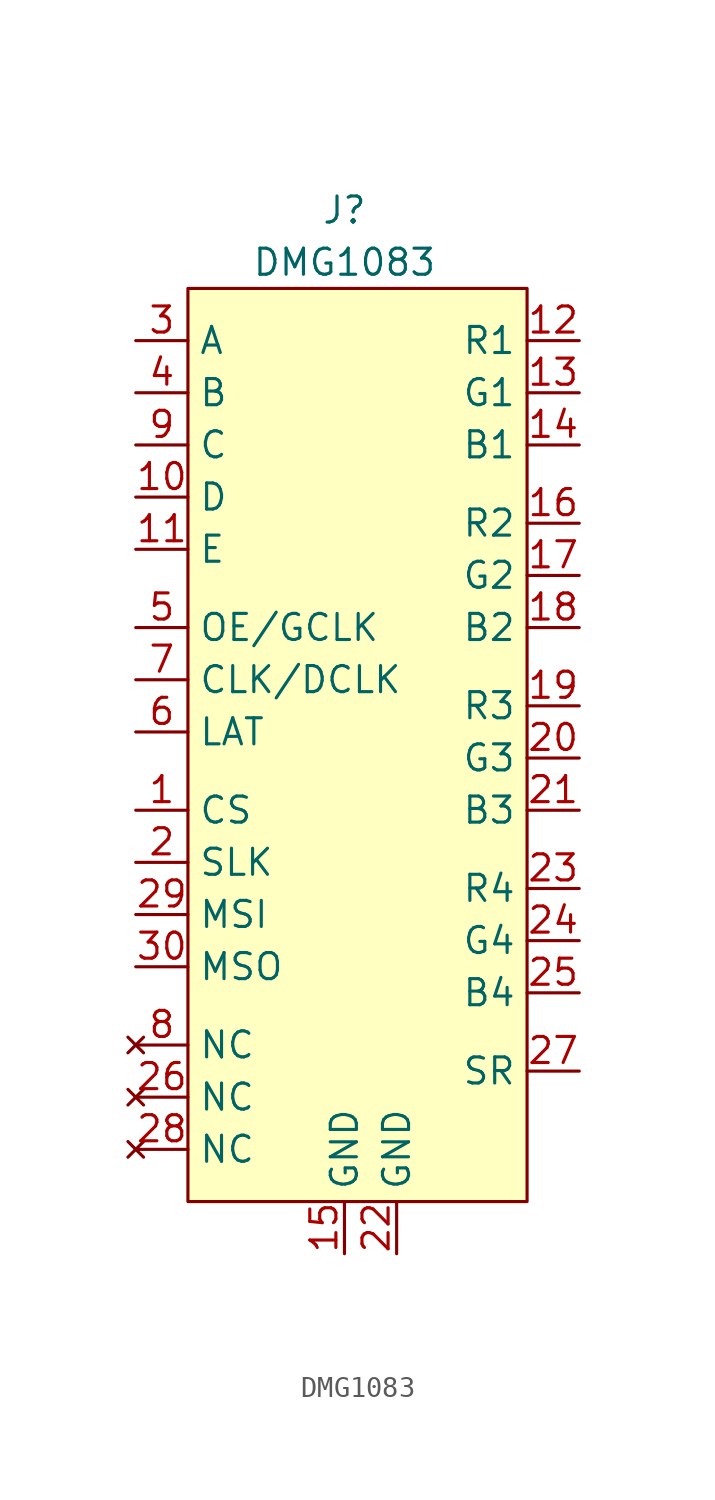
<source format=kicad_sym>
(kicad_symbol_lib
  (version 20220914)
  (generator kicad_symbol_editor)
  (symbol "DMG1083"
    (property "Reference" "J"
      (at -1.27 22.86 0)
      (effects (font (size 1.27 1.27))))
    (property "Value" "DMG1083"
      (at -1.27 20.32 0)
      (effects (font (size 1.27 1.27))))
    (symbol "DMG1083_1_1"
      (rectangle (start -8.89 19.05) (end 7.62 -25.4) (stroke (width 0) (type default)) (fill (type background)))
      (pin input line (at -11.43 -6.35 0) (length 2.54) (name "CS" (effects (font (size 1.27 1.27)))) (number "1" (effects (font (size 1.27 1.27)))))
      (pin input line (at -11.43 8.89 0) (length 2.54) (name "D" (effects (font (size 1.27 1.27)))) (number "10" (effects (font (size 1.27 1.27)))))
      (pin input line (at -11.43 6.35 0) (length 2.54) (name "E" (effects (font (size 1.27 1.27)))) (number "11" (effects (font (size 1.27 1.27)))))
      (pin input line (at 10.16 16.51 180) (length 2.54) (name "R1" (effects (font (size 1.27 1.27)))) (number "12" (effects (font (size 1.27 1.27)))))
      (pin input line (at 10.16 13.97 180) (length 2.54) (name "G1" (effects (font (size 1.27 1.27)))) (number "13" (effects (font (size 1.27 1.27)))))
      (pin input line (at 10.16 11.43 180) (length 2.54) (name "B1" (effects (font (size 1.27 1.27)))) (number "14" (effects (font (size 1.27 1.27)))))
      (pin power_in line (at -1.27 -27.94 90) (length 2.54) (name "GND" (effects (font (size 1.27 1.27)))) (number "15" (effects (font (size 1.27 1.27)))))
      (pin input line (at 10.16 7.62 180) (length 2.54) (name "R2" (effects (font (size 1.27 1.27)))) (number "16" (effects (font (size 1.27 1.27)))))
      (pin input line (at 10.16 5.08 180) (length 2.54) (name "G2" (effects (font (size 1.27 1.27)))) (number "17" (effects (font (size 1.27 1.27)))))
      (pin input line (at 10.16 2.54 180) (length 2.54) (name "B2" (effects (font (size 1.27 1.27)))) (number "18" (effects (font (size 1.27 1.27)))))
      (pin input line (at 10.16 -1.27 180) (length 2.54) (name "R3" (effects (font (size 1.27 1.27)))) (number "19" (effects (font (size 1.27 1.27)))))
      (pin input line (at -11.43 -8.89 0) (length 2.54) (name "SLK" (effects (font (size 1.27 1.27)))) (number "2" (effects (font (size 1.27 1.27)))))
      (pin input line (at 10.16 -3.81 180) (length 2.54) (name "G3" (effects (font (size 1.27 1.27)))) (number "20" (effects (font (size 1.27 1.27)))))
      (pin input line (at 10.16 -6.35 180) (length 2.54) (name "B3" (effects (font (size 1.27 1.27)))) (number "21" (effects (font (size 1.27 1.27)))))
      (pin power_in line (at 1.27 -27.94 90) (length 2.54) (name "GND" (effects (font (size 1.27 1.27)))) (number "22" (effects (font (size 1.27 1.27)))))
      (pin input line (at 10.16 -10.16 180) (length 2.54) (name "R4" (effects (font (size 1.27 1.27)))) (number "23" (effects (font (size 1.27 1.27)))))
      (pin input line (at 10.16 -12.7 180) (length 2.54) (name "G4" (effects (font (size 1.27 1.27)))) (number "24" (effects (font (size 1.27 1.27)))))
      (pin input line (at 10.16 -15.24 180) (length 2.54) (name "B4" (effects (font (size 1.27 1.27)))) (number "25" (effects (font (size 1.27 1.27)))))
      (pin no_connect line (at -11.43 -20.32 0) (length 2.54) (name "NC" (effects (font (size 1.27 1.27)))) (number "26" (effects (font (size 1.27 1.27)))))
      (pin input line (at 10.16 -19.05 180) (length 2.54) (name "SR" (effects (font (size 1.27 1.27)))) (number "27" (effects (font (size 1.27 1.27)))))
      (pin no_connect line (at -11.43 -22.86 0) (length 2.54) (name "NC" (effects (font (size 1.27 1.27)))) (number "28" (effects (font (size 1.27 1.27)))))
      (pin input line (at -11.43 -11.43 0) (length 2.54) (name "MSI" (effects (font (size 1.27 1.27)))) (number "29" (effects (font (size 1.27 1.27)))))
      (pin input line (at -11.43 16.51 0) (length 2.54) (name "A" (effects (font (size 1.27 1.27)))) (number "3" (effects (font (size 1.27 1.27)))))
      (pin output line (at -11.43 -13.97 0) (length 2.54) (name "MSO" (effects (font (size 1.27 1.27)))) (number "30" (effects (font (size 1.27 1.27)))))
      (pin input line (at -11.43 13.97 0) (length 2.54) (name "B" (effects (font (size 1.27 1.27)))) (number "4" (effects (font (size 1.27 1.27)))))
      (pin input line (at -11.43 2.54 0) (length 2.54) (name "OE/GCLK" (effects (font (size 1.27 1.27)))) (number "5" (effects (font (size 1.27 1.27)))))
      (pin input line (at -11.43 -2.54 0) (length 2.54) (name "LAT" (effects (font (size 1.27 1.27)))) (number "6" (effects (font (size 1.27 1.27)))))
      (pin input line (at -11.43 0 0) (length 2.54) (name "CLK/DCLK" (effects (font (size 1.27 1.27)))) (number "7" (effects (font (size 1.27 1.27)))))
      (pin no_connect line (at -11.43 -17.78 0) (length 2.54) (name "NC" (effects (font (size 1.27 1.27)))) (number "8" (effects (font (size 1.27 1.27)))))
      (pin input line (at -11.43 11.43 0) (length 2.54) (name "C" (effects (font (size 1.27 1.27)))) (number "9" (effects (font (size 1.27 1.27))))))))
</source>
